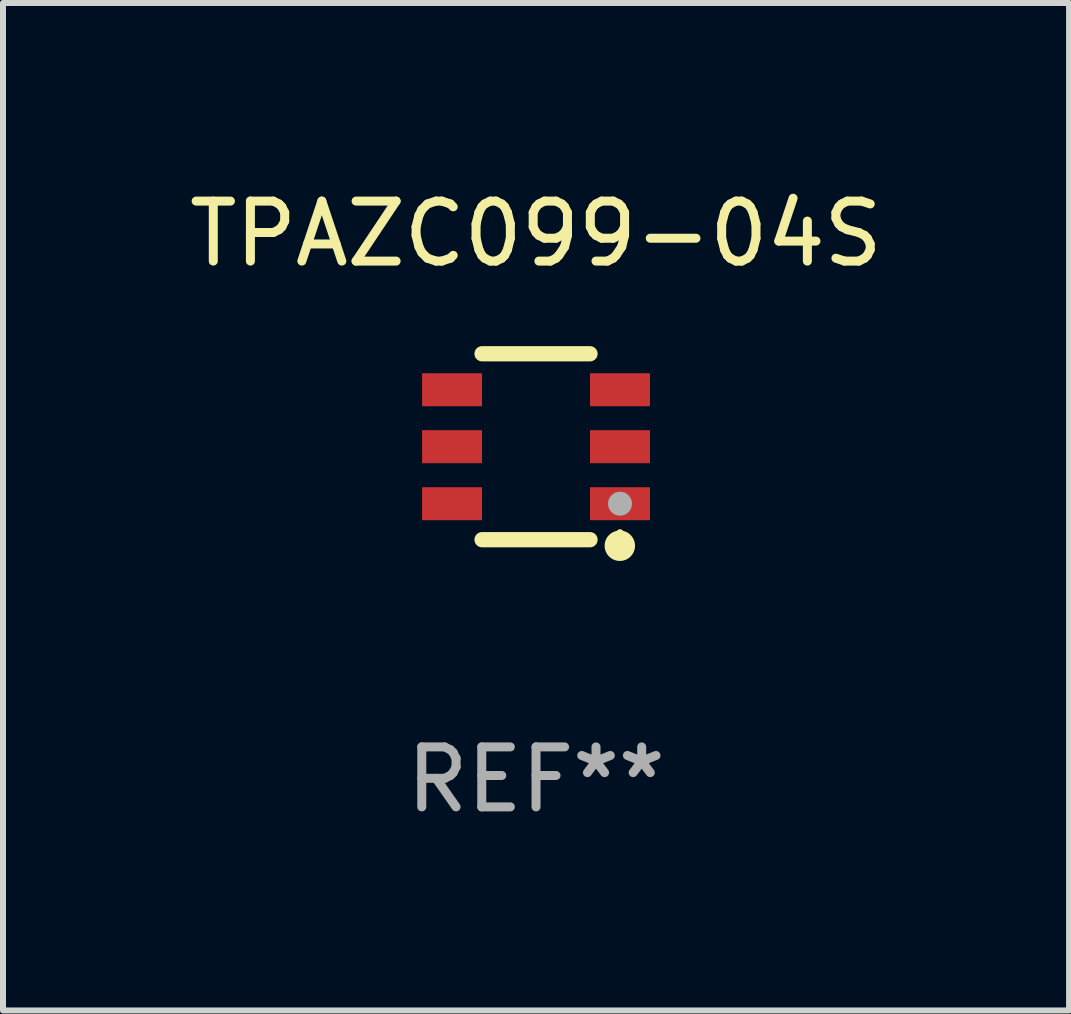
<source format=kicad_pcb>
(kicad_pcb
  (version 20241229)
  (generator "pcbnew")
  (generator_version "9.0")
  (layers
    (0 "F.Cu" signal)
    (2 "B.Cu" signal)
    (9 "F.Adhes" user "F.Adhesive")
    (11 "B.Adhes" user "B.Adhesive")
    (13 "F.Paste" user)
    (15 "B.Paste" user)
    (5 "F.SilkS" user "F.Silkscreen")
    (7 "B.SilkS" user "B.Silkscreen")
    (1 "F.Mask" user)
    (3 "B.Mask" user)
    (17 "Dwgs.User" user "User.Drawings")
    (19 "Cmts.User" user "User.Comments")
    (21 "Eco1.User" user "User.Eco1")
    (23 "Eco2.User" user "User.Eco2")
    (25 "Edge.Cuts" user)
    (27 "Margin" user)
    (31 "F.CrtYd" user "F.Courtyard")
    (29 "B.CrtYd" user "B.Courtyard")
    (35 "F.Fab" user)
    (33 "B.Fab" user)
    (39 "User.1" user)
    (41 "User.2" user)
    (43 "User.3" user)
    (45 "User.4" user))
  (footprint "TPAZC099-04S"
    (layer "F.Cu")
    (at 5.887 4.398)
    (property "Reference" "TPAZC099-04S" (at 0 -3.55 0) (layer "F.SilkS") (effects (font (size 1 1) (thickness 0.15))))
    (attr through_hole)
    (fp_line (start -0.9 -1.55) (end 0.9 -1.55) (stroke (width 0.254) (type solid)) (layer "F.SilkS"))
    (fp_line (start -0.9 1.55) (end 0.9 1.55) (stroke (width 0.254) (type solid)) (layer "F.SilkS"))
    (fp_circle (center 1.397 1.651) (end 1.524 1.651) (stroke (width 0.254) (type solid)) (fill no) (layer "F.SilkS"))
    (fp_circle (center 1.4 1.435) (end 1.43 1.435) (stroke (width 0.06) (type solid)) (fill no) (layer "F.SilkS"))
    (fp_circle (center 1.4 0.95) (end 1.5 0.95) (stroke (width 0.2) (type solid)) (fill no) (layer "F.Fab"))
    (fp_text user "REF**" (at 0 5.55 0) (layer "F.Fab") (effects (font (size 1 1) (thickness 0.15))))
    (pad "1" smd rect (at 1.4 0.95) (size 1 0.55) (layers "F.Cu" "F.Mask" "F.Paste"))
    (pad "2" smd rect (at 1.4 -0.000102) (size 1 0.55) (layers "F.Cu" "F.Mask" "F.Paste"))
    (pad "3" smd rect (at 1.4 -0.95) (size 1 0.55) (layers "F.Cu" "F.Mask" "F.Paste"))
    (pad "4" smd rect (at -1.4 -0.95) (size 1 0.55) (layers "F.Cu" "F.Mask" "F.Paste"))
    (pad "5" smd rect (at -1.4 -0.000102) (size 1 0.55) (layers "F.Cu" "F.Mask" "F.Paste"))
    (pad "6" smd rect (at -1.4 0.95) (size 1 0.55) (layers "F.Cu" "F.Mask" "F.Paste")))
  (gr_rect
    (start -3 -3)
    (end 14.774 13.797)
    (stroke (width 0.1) (type default))
    (fill no)
    (layer "Edge.Cuts")))
</source>
